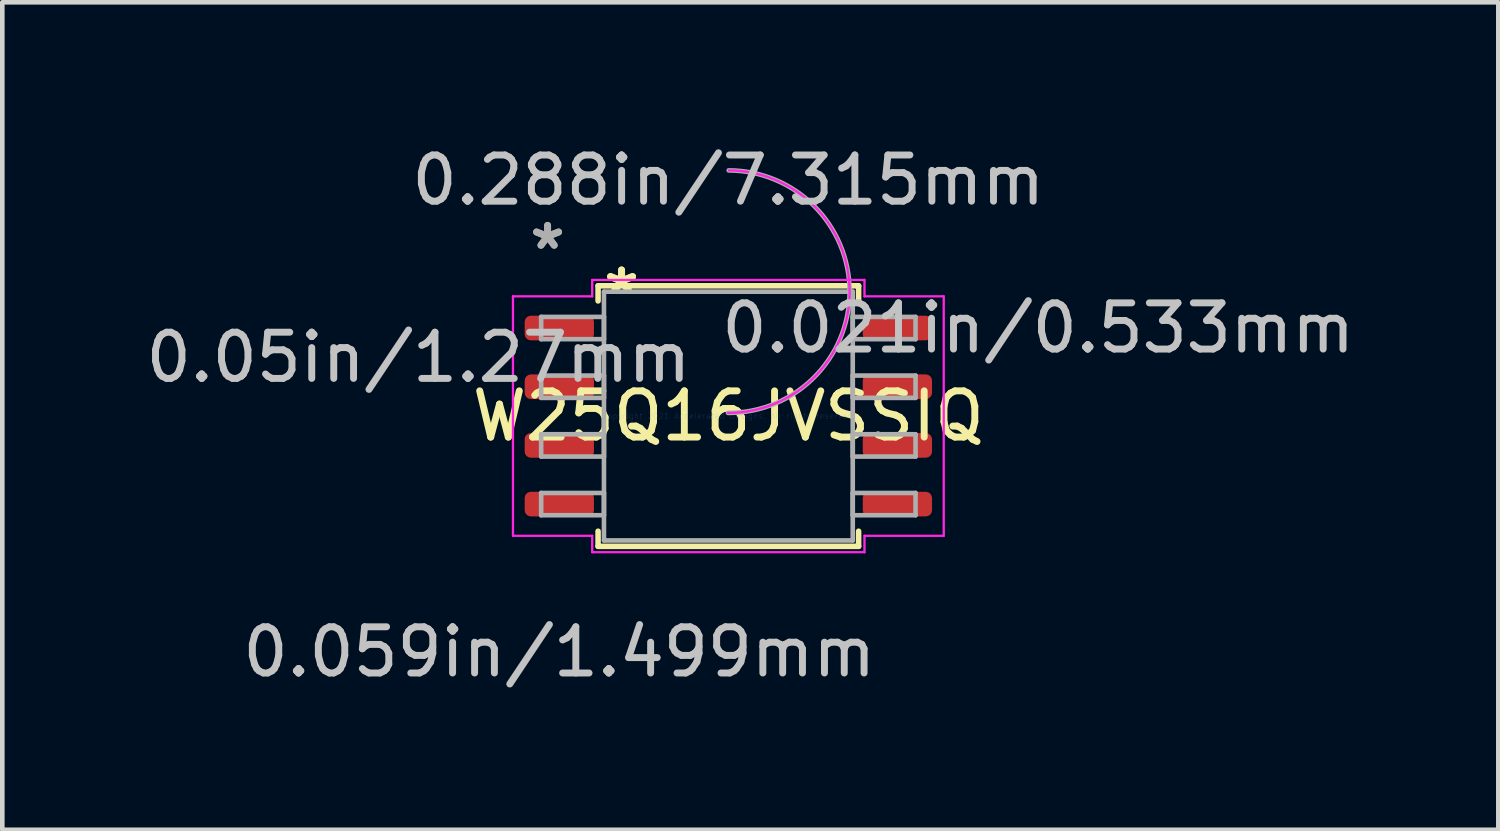
<source format=kicad_pcb>
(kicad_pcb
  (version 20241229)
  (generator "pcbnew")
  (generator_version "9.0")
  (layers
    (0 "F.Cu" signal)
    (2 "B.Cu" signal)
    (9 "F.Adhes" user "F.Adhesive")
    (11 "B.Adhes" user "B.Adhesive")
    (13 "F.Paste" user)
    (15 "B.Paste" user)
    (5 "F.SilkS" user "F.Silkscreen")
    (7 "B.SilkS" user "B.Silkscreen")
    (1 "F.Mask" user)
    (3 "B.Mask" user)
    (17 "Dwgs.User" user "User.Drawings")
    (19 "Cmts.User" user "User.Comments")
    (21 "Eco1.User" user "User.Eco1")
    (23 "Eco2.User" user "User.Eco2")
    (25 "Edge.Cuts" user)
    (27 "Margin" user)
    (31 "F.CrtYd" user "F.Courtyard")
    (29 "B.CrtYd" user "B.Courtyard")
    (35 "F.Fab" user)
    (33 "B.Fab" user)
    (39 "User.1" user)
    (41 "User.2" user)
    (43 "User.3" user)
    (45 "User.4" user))
  (footprint "W25Q16JVSSIQ"
    (layer "F.Cu")
    (at 12.712 5.954)
    (property "Reference" "W25Q16JVSSIQ" (at 0 0 0) (layer "F.SilkS") (effects (font (size 1 1) (thickness 0.15))))
    (attr through_hole)
    (fp_line (start -2.819 -2.819) (end -2.819 -2.492) (stroke (width 0.12) (type solid)) (layer "F.SilkS"))
    (fp_line (start -2.819 2.492) (end -2.819 2.819) (stroke (width 0.12) (type solid)) (layer "F.SilkS"))
    (fp_line (start -2.819 2.819) (end 2.819 2.819) (stroke (width 0.12) (type solid)) (layer "F.SilkS"))
    (fp_line (start 2.819 -2.819) (end -2.819 -2.819) (stroke (width 0.12) (type solid)) (layer "F.SilkS"))
    (fp_line (start 2.819 -2.492) (end 2.819 -2.819) (stroke (width 0.12) (type solid)) (layer "F.SilkS"))
    (fp_line (start 2.819 2.819) (end 2.819 2.492) (stroke (width 0.12) (type solid)) (layer "F.SilkS"))
    (fp_line (start -4.661 -2.591) (end -2.946 -2.591) (stroke (width 0.05) (type solid)) (layer "F.CrtYd"))
    (fp_line (start -4.661 2.591) (end -4.661 -2.591) (stroke (width 0.05) (type solid)) (layer "F.CrtYd"))
    (fp_line (start -2.946 -2.946) (end 2.946 -2.946) (stroke (width 0.05) (type solid)) (layer "F.CrtYd"))
    (fp_line (start -2.946 -2.591) (end -2.946 -2.946) (stroke (width 0.05) (type solid)) (layer "F.CrtYd"))
    (fp_line (start -2.946 2.591) (end -4.661 2.591) (stroke (width 0.05) (type solid)) (layer "F.CrtYd"))
    (fp_line (start -2.946 2.946) (end -2.946 2.591) (stroke (width 0.05) (type solid)) (layer "F.CrtYd"))
    (fp_line (start 2.946 -2.946) (end 2.946 -2.591) (stroke (width 0.05) (type solid)) (layer "F.CrtYd"))
    (fp_line (start 2.946 -2.591) (end 4.661 -2.591) (stroke (width 0.05) (type solid)) (layer "F.CrtYd"))
    (fp_line (start 2.946 2.591) (end 2.946 2.946) (stroke (width 0.05) (type solid)) (layer "F.CrtYd"))
    (fp_line (start 2.946 2.946) (end -2.946 2.946) (stroke (width 0.05) (type solid)) (layer "F.CrtYd"))
    (fp_line (start 4.661 -2.591) (end 4.661 2.591) (stroke (width 0.05) (type solid)) (layer "F.CrtYd"))
    (fp_line (start 4.661 2.591) (end 2.946 2.591) (stroke (width 0.05) (type solid)) (layer "F.CrtYd"))
    (fp_arc (start 0.011398 -5.316413) (mid 2.624013 -2.681002) (end -0.011398 -0.068387) (stroke (width 0.05) (type solid)) (layer "F.CrtYd"))
    (fp_line (start -4.051 -2.146) (end -4.051 -1.664) (stroke (width 0.1) (type solid)) (layer "F.Fab"))
    (fp_line (start -4.051 -1.664) (end -2.692 -1.664) (stroke (width 0.1) (type solid)) (layer "F.Fab"))
    (fp_line (start -4.051 -0.876) (end -4.051 -0.394) (stroke (width 0.1) (type solid)) (layer "F.Fab"))
    (fp_line (start -4.051 -0.394) (end -2.692 -0.394) (stroke (width 0.1) (type solid)) (layer "F.Fab"))
    (fp_line (start -4.051 0.394) (end -4.051 0.876) (stroke (width 0.1) (type solid)) (layer "F.Fab"))
    (fp_line (start -4.051 0.876) (end -2.692 0.876) (stroke (width 0.1) (type solid)) (layer "F.Fab"))
    (fp_line (start -4.051 1.664) (end -4.051 2.146) (stroke (width 0.1) (type solid)) (layer "F.Fab"))
    (fp_line (start -4.051 2.146) (end -2.692 2.146) (stroke (width 0.1) (type solid)) (layer "F.Fab"))
    (fp_line (start -2.692 -2.692) (end -2.692 2.692) (stroke (width 0.1) (type solid)) (layer "F.Fab"))
    (fp_line (start -2.692 -2.146) (end -4.051 -2.146) (stroke (width 0.1) (type solid)) (layer "F.Fab"))
    (fp_line (start -2.692 -1.664) (end -2.692 -2.146) (stroke (width 0.1) (type solid)) (layer "F.Fab"))
    (fp_line (start -2.692 -0.876) (end -4.051 -0.876) (stroke (width 0.1) (type solid)) (layer "F.Fab"))
    (fp_line (start -2.692 -0.394) (end -2.692 -0.876) (stroke (width 0.1) (type solid)) (layer "F.Fab"))
    (fp_line (start -2.692 0.394) (end -4.051 0.394) (stroke (width 0.1) (type solid)) (layer "F.Fab"))
    (fp_line (start -2.692 0.876) (end -2.692 0.394) (stroke (width 0.1) (type solid)) (layer "F.Fab"))
    (fp_line (start -2.692 1.664) (end -4.051 1.664) (stroke (width 0.1) (type solid)) (layer "F.Fab"))
    (fp_line (start -2.692 2.146) (end -2.692 1.664) (stroke (width 0.1) (type solid)) (layer "F.Fab"))
    (fp_line (start -2.692 2.692) (end 2.692 2.692) (stroke (width 0.1) (type solid)) (layer "F.Fab"))
    (fp_line (start 2.692 -2.692) (end -2.692 -2.692) (stroke (width 0.1) (type solid)) (layer "F.Fab"))
    (fp_line (start 2.692 -2.146) (end 2.692 -1.664) (stroke (width 0.1) (type solid)) (layer "F.Fab"))
    (fp_line (start 2.692 -1.664) (end 4.051 -1.664) (stroke (width 0.1) (type solid)) (layer "F.Fab"))
    (fp_line (start 2.692 -0.876) (end 2.692 -0.394) (stroke (width 0.1) (type solid)) (layer "F.Fab"))
    (fp_line (start 2.692 -0.394) (end 4.051 -0.394) (stroke (width 0.1) (type solid)) (layer "F.Fab"))
    (fp_line (start 2.692 0.394) (end 2.692 0.876) (stroke (width 0.1) (type solid)) (layer "F.Fab"))
    (fp_line (start 2.692 0.876) (end 4.051 0.876) (stroke (width 0.1) (type solid)) (layer "F.Fab"))
    (fp_line (start 2.692 1.664) (end 2.692 2.146) (stroke (width 0.1) (type solid)) (layer "F.Fab"))
    (fp_line (start 2.692 2.146) (end 4.051 2.146) (stroke (width 0.1) (type solid)) (layer "F.Fab"))
    (fp_line (start 2.692 2.692) (end 2.692 -2.692) (stroke (width 0.1) (type solid)) (layer "F.Fab"))
    (fp_line (start 4.051 -2.146) (end 2.692 -2.146) (stroke (width 0.1) (type solid)) (layer "F.Fab"))
    (fp_line (start 4.051 -1.664) (end 4.051 -2.146) (stroke (width 0.1) (type solid)) (layer "F.Fab"))
    (fp_line (start 4.051 -0.876) (end 2.692 -0.876) (stroke (width 0.1) (type solid)) (layer "F.Fab"))
    (fp_line (start 4.051 -0.394) (end 4.051 -0.876) (stroke (width 0.1) (type solid)) (layer "F.Fab"))
    (fp_line (start 4.051 0.394) (end 2.692 0.394) (stroke (width 0.1) (type solid)) (layer "F.Fab"))
    (fp_line (start 4.051 0.876) (end 4.051 0.394) (stroke (width 0.1) (type solid)) (layer "F.Fab"))
    (fp_line (start 4.051 1.664) (end 2.692 1.664) (stroke (width 0.1) (type solid)) (layer "F.Fab"))
    (fp_line (start 4.051 2.146) (end 4.051 1.664) (stroke (width 0.1) (type solid)) (layer "F.Fab"))
    (fp_arc (start 0.007742 -5.316413) (mid 2.624013 -2.684658) (end -0.007742 -0.068387) (stroke (width 0.1) (type solid)) (layer "F.Fab"))
    (fp_text user "*" (at -2.311 -2.616 0) (layer "F.SilkS") (effects (font (size 1 1) (thickness 0.15))))
    (fp_text user "*" (at -2.311 -2.616 0) (layer "F.SilkS") (effects (font (size 1 1) (thickness 0.15))))
    (fp_text user "0.288in/7.315mm" (at 0 -5.105 0) (layer "Dwgs.User") (effects (font (size 1 1) (thickness 0.15))))
    (fp_text user "0.05in/1.27mm" (at -6.706 -1.27 0) (layer "Dwgs.User") (effects (font (size 1 1) (thickness 0.15))))
    (fp_text user "0.059in/1.499mm" (at -3.658 5.105 0) (layer "Dwgs.User") (effects (font (size 1 1) (thickness 0.15))))
    (fp_text user "0.021in/0.533mm" (at 6.706 -1.905 0) (layer "Dwgs.User") (effects (font (size 1 1) (thickness 0.15))))
    (fp_text user "Copyright 2021 Accelerated Designs. All rights reserved." (at 0 0 0) (layer "Cmts.User") (effects (font (size 0.127 0.127) (thickness 0.002))))
    (fp_text user "*" (at -3.912 -3.581 0) (layer "F.Fab") (effects (font (size 1 1) (thickness 0.15))))
    (fp_text user "*" (at -3.912 -3.581 0) (layer "F.Fab") (effects (font (size 1 1) (thickness 0.15))))
    (pad "1" smd roundrect (at -3.658 -1.905) (size 1.499 0.533) (layers "F.Cu" "F.Mask" "F.Paste") (roundrect_rratio 0.25))
    (pad "2" smd roundrect (at -3.658 -0.635) (size 1.499 0.533) (layers "F.Cu" "F.Mask" "F.Paste") (roundrect_rratio 0.25))
    (pad "3" smd roundrect (at -3.658 0.635) (size 1.499 0.533) (layers "F.Cu" "F.Mask" "F.Paste") (roundrect_rratio 0.25))
    (pad "4" smd roundrect (at -3.658 1.905) (size 1.499 0.533) (layers "F.Cu" "F.Mask" "F.Paste") (roundrect_rratio 0.25))
    (pad "5" smd roundrect (at 3.658 1.905) (size 1.499 0.533) (layers "F.Cu" "F.Mask" "F.Paste") (roundrect_rratio 0.25))
    (pad "6" smd roundrect (at 3.658 0.635) (size 1.499 0.533) (layers "F.Cu" "F.Mask" "F.Paste") (roundrect_rratio 0.25))
    (pad "7" smd roundrect (at 3.658 -0.635) (size 1.499 0.533) (layers "F.Cu" "F.Mask" "F.Paste") (roundrect_rratio 0.25))
    (pad "8" smd roundrect (at 3.658 -1.905) (size 1.499 0.533) (layers "F.Cu" "F.Mask" "F.Paste") (roundrect_rratio 0.25)))
  (gr_rect
    (start -3 -3)
    (end 29.375 14.907)
    (stroke (width 0.1) (type default))
    (fill no)
    (layer "Edge.Cuts")))
</source>
